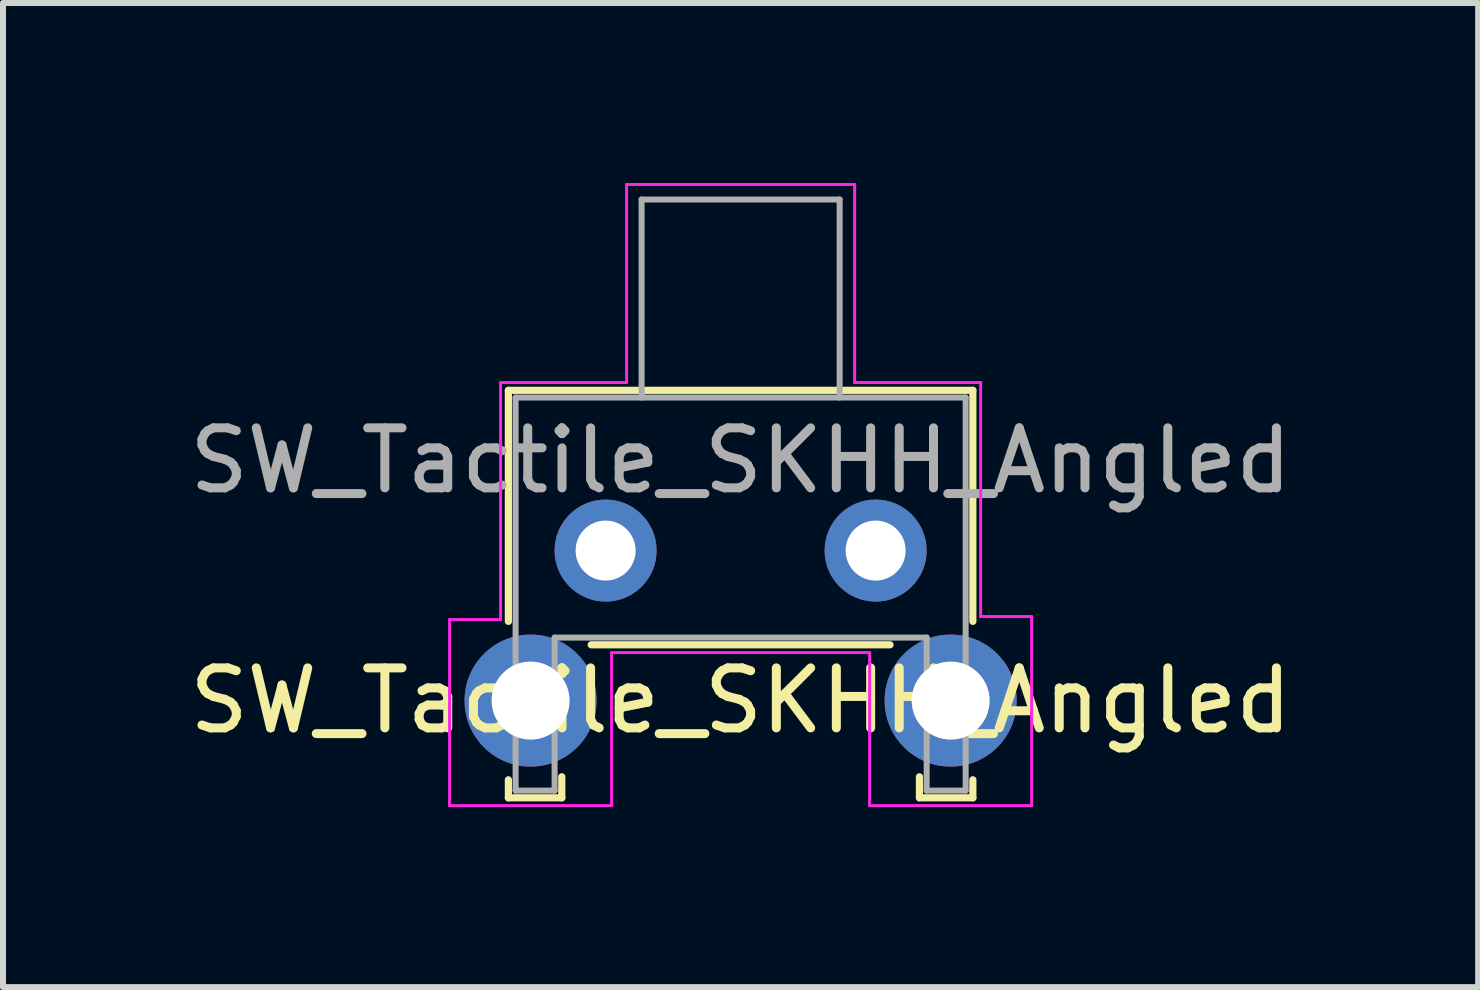
<source format=kicad_pcb>
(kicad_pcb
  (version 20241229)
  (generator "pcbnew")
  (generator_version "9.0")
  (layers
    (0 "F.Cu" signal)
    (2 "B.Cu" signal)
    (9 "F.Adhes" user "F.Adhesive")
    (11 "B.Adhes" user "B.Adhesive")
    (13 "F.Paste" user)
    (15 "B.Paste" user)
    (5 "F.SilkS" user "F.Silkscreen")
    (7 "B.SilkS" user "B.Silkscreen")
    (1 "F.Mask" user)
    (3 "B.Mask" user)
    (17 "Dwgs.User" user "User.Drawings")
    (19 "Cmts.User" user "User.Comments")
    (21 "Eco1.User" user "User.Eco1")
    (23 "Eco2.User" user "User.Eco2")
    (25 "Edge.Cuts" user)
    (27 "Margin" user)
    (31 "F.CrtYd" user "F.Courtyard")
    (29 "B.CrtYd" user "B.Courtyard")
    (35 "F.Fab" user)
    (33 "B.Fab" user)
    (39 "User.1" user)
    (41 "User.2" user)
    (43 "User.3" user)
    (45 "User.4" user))
  (footprint "SW_Tactile_SKHH_Angled"
    (layer "F.Cu")
    (at 7.042 6.125)
    (property "Reference" "SW_Tactile_SKHH_Angled" (at 2.25 2.5 0) (layer "F.SilkS") (effects (font (size 1 1) (thickness 0.15))))
    (attr through_hole)
    (fp_line (start -1.62 -2.67) (end -1.62 1.18) (stroke (width 0.12) (type solid)) (layer "F.SilkS"))
    (fp_line (start -1.62 3.82) (end -1.62 4.12) (stroke (width 0.12) (type solid)) (layer "F.SilkS"))
    (fp_line (start -0.73 4.12) (end -1.62 4.12) (stroke (width 0.12) (type solid)) (layer "F.SilkS"))
    (fp_line (start -0.73 4.12) (end -0.73 3.77) (stroke (width 0.12) (type solid)) (layer "F.SilkS"))
    (fp_line (start -0.24 1.57) (end 4.74 1.57) (stroke (width 0.12) (type solid)) (layer "F.SilkS"))
    (fp_line (start 5.23 4.12) (end 5.23 3.77) (stroke (width 0.12) (type solid)) (layer "F.SilkS"))
    (fp_line (start 6.12 -2.67) (end -1.62 -2.67) (stroke (width 0.12) (type solid)) (layer "F.SilkS"))
    (fp_line (start 6.12 1.18) (end 6.12 -2.67) (stroke (width 0.12) (type solid)) (layer "F.SilkS"))
    (fp_line (start 6.12 3.82) (end 6.12 4.12) (stroke (width 0.12) (type solid)) (layer "F.SilkS"))
    (fp_line (start 6.12 4.12) (end 5.23 4.12) (stroke (width 0.12) (type solid)) (layer "F.SilkS"))
    (fp_line (start -2.6 1.15) (end -1.75 1.15) (stroke (width 0.05) (type solid)) (layer "F.CrtYd"))
    (fp_line (start -2.6 4.25) (end -2.6 1.15) (stroke (width 0.05) (type solid)) (layer "F.CrtYd"))
    (fp_line (start -1.75 1.15) (end -1.75 -2.8) (stroke (width 0.05) (type solid)) (layer "F.CrtYd"))
    (fp_line (start 0.1 1.7) (end 4.4 1.7) (stroke (width 0.05) (type solid)) (layer "F.CrtYd"))
    (fp_line (start 0.1 4.25) (end -2.6 4.25) (stroke (width 0.05) (type solid)) (layer "F.CrtYd"))
    (fp_line (start 0.1 4.25) (end 0.1 1.7) (stroke (width 0.05) (type solid)) (layer "F.CrtYd"))
    (fp_line (start 0.35 -6.1) (end 0.35 -2.8) (stroke (width 0.05) (type solid)) (layer "F.CrtYd"))
    (fp_line (start 0.35 -2.8) (end -1.75 -2.8) (stroke (width 0.05) (type solid)) (layer "F.CrtYd"))
    (fp_line (start 4.15 -6.1) (end 0.35 -6.1) (stroke (width 0.05) (type solid)) (layer "F.CrtYd"))
    (fp_line (start 4.15 -2.8) (end 4.15 -6.1) (stroke (width 0.05) (type solid)) (layer "F.CrtYd"))
    (fp_line (start 4.4 1.7) (end 4.4 4.25) (stroke (width 0.05) (type solid)) (layer "F.CrtYd"))
    (fp_line (start 4.4 4.25) (end 7.1 4.25) (stroke (width 0.05) (type solid)) (layer "F.CrtYd"))
    (fp_line (start 6.25 -2.8) (end 4.15 -2.8) (stroke (width 0.05) (type solid)) (layer "F.CrtYd"))
    (fp_line (start 6.25 1.1) (end 6.25 -2.8) (stroke (width 0.05) (type solid)) (layer "F.CrtYd"))
    (fp_line (start 7.1 1.1) (end 6.25 1.1) (stroke (width 0.05) (type solid)) (layer "F.CrtYd"))
    (fp_line (start 7.1 4.25) (end 7.1 1.1) (stroke (width 0.05) (type solid)) (layer "F.CrtYd"))
    (fp_line (start -1.5 4) (end -1.5 -2.55) (stroke (width 0.1) (type solid)) (layer "F.Fab"))
    (fp_line (start -0.85 1.45) (end -0.85 4) (stroke (width 0.1) (type solid)) (layer "F.Fab"))
    (fp_line (start -0.85 4) (end -1.5 4) (stroke (width 0.1) (type solid)) (layer "F.Fab"))
    (fp_line (start 0.6 -5.85) (end 3.9 -5.85) (stroke (width 0.1) (type solid)) (layer "F.Fab"))
    (fp_line (start 0.6 -2.55) (end 0.6 -5.85) (stroke (width 0.1) (type solid)) (layer "F.Fab"))
    (fp_line (start 3.9 -2.55) (end 3.9 -5.85) (stroke (width 0.1) (type solid)) (layer "F.Fab"))
    (fp_line (start 5.35 1.45) (end -0.85 1.45) (stroke (width 0.1) (type solid)) (layer "F.Fab"))
    (fp_line (start 5.35 1.45) (end 5.35 4) (stroke (width 0.1) (type solid)) (layer "F.Fab"))
    (fp_line (start 6 -2.55) (end -1.5 -2.55) (stroke (width 0.1) (type solid)) (layer "F.Fab"))
    (fp_line (start 6 -2.55) (end 6 4) (stroke (width 0.1) (type solid)) (layer "F.Fab"))
    (fp_line (start 6 4) (end 5.35 4) (stroke (width 0.1) (type solid)) (layer "F.Fab"))
    (fp_text user "${REFERENCE}" (at 2.25 -1.5 0) (layer "F.Fab") (effects (font (size 1 1) (thickness 0.15))))
    (pad "" thru_hole circle (at -1.25 2.5 180) (size 2.2 2.2) (drill 1.3) (layers "*.Cu" "*.Mask"))
    (pad "" thru_hole circle (at 5.75 2.5 180) (size 2.2 2.2) (drill 1.3) (layers "*.Cu" "*.Mask"))
    (pad "1" thru_hole circle (at 0 0 180) (size 1.7 1.7) (drill 1) (layers "*.Cu" "*.Mask"))
    (pad "2" thru_hole circle (at 4.5 0 180) (size 1.7 1.7) (drill 1) (layers "*.Cu" "*.Mask")))
  (gr_rect
    (start -3 -3)
    (end 21.583 13.4)
    (stroke (width 0.1) (type default))
    (fill no)
    (layer "Edge.Cuts")))
</source>
